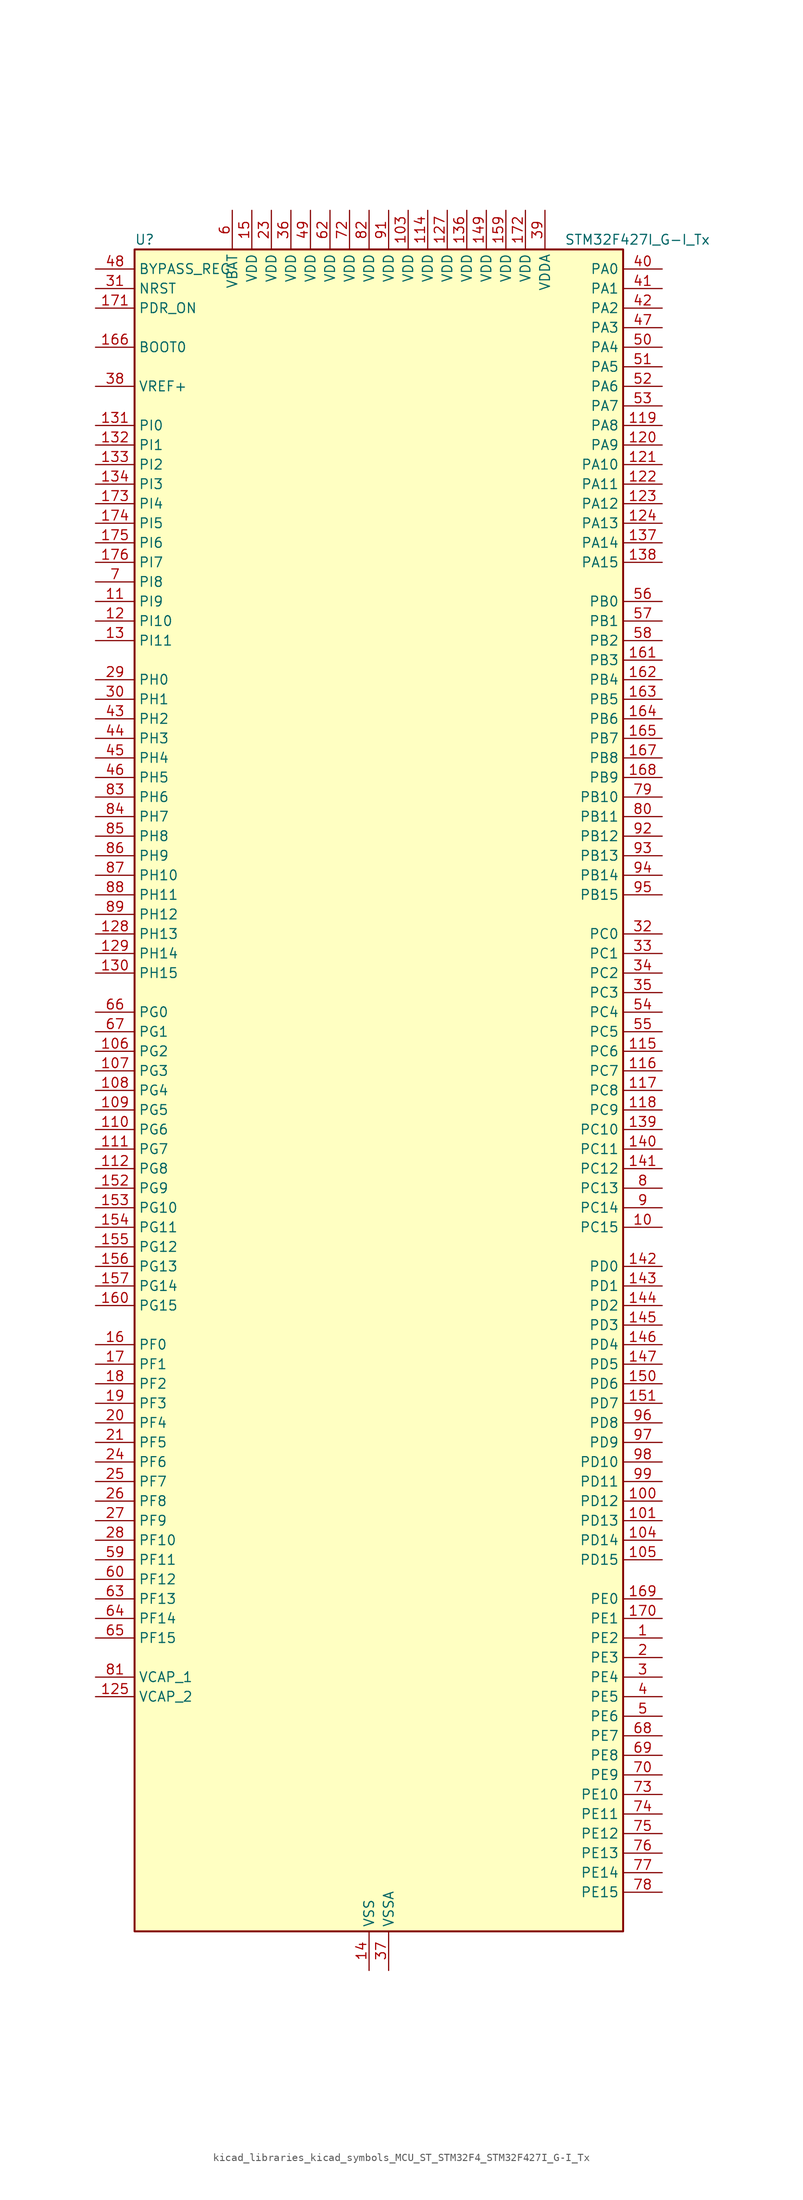
<source format=kicad_sym>
(kicad_symbol_lib
  (version 20220914)
  (generator kicad_symbol_editor)
  (symbol "kicad_libraries_kicad_symbols_MCU_ST_STM32F4_STM32F427I_G-I_Tx"
    (property "Reference" "U"
      (at -30.48 110.49 0)
      (effects (font (size 1.27 1.27)) (justify left)))
    (property "Value" "STM32F427I_G-I_Tx"
      (at 25.4 110.49 0)
      (effects (font (size 1.27 1.27)) (justify left)))
    (property "ki_locked" ""
      (at 0 0 0)
      (effects (font (size 1.27 1.27))))
    (symbol "kicad_libraries_kicad_symbols_MCU_ST_STM32F4_STM32F427I_G-I_Tx_0_1"
      (rectangle (start -30.48 -109.22) (end 33.02 109.22) (stroke (width 0.254) (type default)) (fill (type background))))
    (symbol "kicad_libraries_kicad_symbols_MCU_ST_STM32F4_STM32F427I_G-I_Tx_1_1"
      (pin bidirectional line (at 38.1 -71.12 180) (length 5.08) (name "PE2" (effects (font (size 1.27 1.27)))) (number "1" (effects (font (size 1.27 1.27)))) (alternate "ETH_TXD3" bidirectional line) (alternate "FMC_A23" bidirectional line) (alternate "SAI1_MCLK_A" bidirectional line) (alternate "SPI4_SCK" bidirectional line) (alternate "SYS_TRACECLK" bidirectional line))
      (pin bidirectional line (at 38.1 -17.78 180) (length 5.08) (name "PC15" (effects (font (size 1.27 1.27)))) (number "10" (effects (font (size 1.27 1.27)))) (alternate "ADC1_EXTI15" bidirectional line) (alternate "ADC2_EXTI15" bidirectional line) (alternate "ADC3_EXTI15" bidirectional line) (alternate "RCC_OSC32_OUT" bidirectional line))
      (pin bidirectional line (at 38.1 -53.34 180) (length 5.08) (name "PD12" (effects (font (size 1.27 1.27)))) (number "100" (effects (font (size 1.27 1.27)))) (alternate "FMC_A17" bidirectional line) (alternate "FMC_ALE" bidirectional line) (alternate "TIM4_CH1" bidirectional line) (alternate "USART3_RTS" bidirectional line))
      (pin bidirectional line (at 38.1 -55.88 180) (length 5.08) (name "PD13" (effects (font (size 1.27 1.27)))) (number "101" (effects (font (size 1.27 1.27)))) (alternate "FMC_A18" bidirectional line) (alternate "TIM4_CH2" bidirectional line))
      (pin passive line (at 0 -114.3 90) (length 5.08) hide (name "VSS" (effects (font (size 1.27 1.27)))) (number "102" (effects (font (size 1.27 1.27)))))
      (pin power_in line (at 5.08 114.3 270) (length 5.08) (name "VDD" (effects (font (size 1.27 1.27)))) (number "103" (effects (font (size 1.27 1.27)))))
      (pin bidirectional line (at 38.1 -58.42 180) (length 5.08) (name "PD14" (effects (font (size 1.27 1.27)))) (number "104" (effects (font (size 1.27 1.27)))) (alternate "FMC_D0" bidirectional line) (alternate "FMC_DA0" bidirectional line) (alternate "TIM4_CH3" bidirectional line))
      (pin bidirectional line (at 38.1 -60.96 180) (length 5.08) (name "PD15" (effects (font (size 1.27 1.27)))) (number "105" (effects (font (size 1.27 1.27)))) (alternate "ADC1_EXTI15" bidirectional line) (alternate "ADC2_EXTI15" bidirectional line) (alternate "ADC3_EXTI15" bidirectional line) (alternate "FMC_D1" bidirectional line) (alternate "FMC_DA1" bidirectional line) (alternate "TIM4_CH4" bidirectional line))
      (pin bidirectional line (at -35.56 5.08 0) (length 5.08) (name "PG2" (effects (font (size 1.27 1.27)))) (number "106" (effects (font (size 1.27 1.27)))) (alternate "FMC_A12" bidirectional line))
      (pin bidirectional line (at -35.56 2.54 0) (length 5.08) (name "PG3" (effects (font (size 1.27 1.27)))) (number "107" (effects (font (size 1.27 1.27)))) (alternate "FMC_A13" bidirectional line))
      (pin bidirectional line (at -35.56 0 0) (length 5.08) (name "PG4" (effects (font (size 1.27 1.27)))) (number "108" (effects (font (size 1.27 1.27)))) (alternate "FMC_A14" bidirectional line) (alternate "FMC_BA0" bidirectional line))
      (pin bidirectional line (at -35.56 -2.54 0) (length 5.08) (name "PG5" (effects (font (size 1.27 1.27)))) (number "109" (effects (font (size 1.27 1.27)))) (alternate "FMC_A15" bidirectional line) (alternate "FMC_BA1" bidirectional line))
      (pin bidirectional line (at -35.56 63.5 0) (length 5.08) (name "PI9" (effects (font (size 1.27 1.27)))) (number "11" (effects (font (size 1.27 1.27)))) (alternate "CAN1_RX" bidirectional line) (alternate "DAC_EXTI9" bidirectional line) (alternate "FMC_D30" bidirectional line))
      (pin bidirectional line (at -35.56 -5.08 0) (length 5.08) (name "PG6" (effects (font (size 1.27 1.27)))) (number "110" (effects (font (size 1.27 1.27)))) (alternate "DCMI_D12" bidirectional line) (alternate "FMC_INT2" bidirectional line))
      (pin bidirectional line (at -35.56 -7.62 0) (length 5.08) (name "PG7" (effects (font (size 1.27 1.27)))) (number "111" (effects (font (size 1.27 1.27)))) (alternate "DCMI_D13" bidirectional line) (alternate "FMC_INT3" bidirectional line) (alternate "USART6_CK" bidirectional line))
      (pin bidirectional line (at -35.56 -10.16 0) (length 5.08) (name "PG8" (effects (font (size 1.27 1.27)))) (number "112" (effects (font (size 1.27 1.27)))) (alternate "ETH_PPS_OUT" bidirectional line) (alternate "FMC_SDCLK" bidirectional line) (alternate "SPI6_NSS" bidirectional line) (alternate "USART6_RTS" bidirectional line))
      (pin passive line (at 0 -114.3 90) (length 5.08) hide (name "VSS" (effects (font (size 1.27 1.27)))) (number "113" (effects (font (size 1.27 1.27)))))
      (pin power_in line (at 7.62 114.3 270) (length 5.08) (name "VDD" (effects (font (size 1.27 1.27)))) (number "114" (effects (font (size 1.27 1.27)))))
      (pin bidirectional line (at 38.1 5.08 180) (length 5.08) (name "PC6" (effects (font (size 1.27 1.27)))) (number "115" (effects (font (size 1.27 1.27)))) (alternate "DCMI_D0" bidirectional line) (alternate "I2S2_MCK" bidirectional line) (alternate "SDIO_D6" bidirectional line) (alternate "TIM3_CH1" bidirectional line) (alternate "TIM8_CH1" bidirectional line) (alternate "USART6_TX" bidirectional line))
      (pin bidirectional line (at 38.1 2.54 180) (length 5.08) (name "PC7" (effects (font (size 1.27 1.27)))) (number "116" (effects (font (size 1.27 1.27)))) (alternate "DCMI_D1" bidirectional line) (alternate "I2S3_MCK" bidirectional line) (alternate "SDIO_D7" bidirectional line) (alternate "TIM3_CH2" bidirectional line) (alternate "TIM8_CH2" bidirectional line) (alternate "USART6_RX" bidirectional line))
      (pin bidirectional line (at 38.1 0 180) (length 5.08) (name "PC8" (effects (font (size 1.27 1.27)))) (number "117" (effects (font (size 1.27 1.27)))) (alternate "DCMI_D2" bidirectional line) (alternate "SDIO_D0" bidirectional line) (alternate "TIM3_CH3" bidirectional line) (alternate "TIM8_CH3" bidirectional line) (alternate "USART6_CK" bidirectional line))
      (pin bidirectional line (at 38.1 -2.54 180) (length 5.08) (name "PC9" (effects (font (size 1.27 1.27)))) (number "118" (effects (font (size 1.27 1.27)))) (alternate "DAC_EXTI9" bidirectional line) (alternate "DCMI_D3" bidirectional line) (alternate "I2C3_SDA" bidirectional line) (alternate "I2S_CKIN" bidirectional line) (alternate "RCC_MCO_2" bidirectional line) (alternate "SDIO_D1" bidirectional line) (alternate "TIM3_CH4" bidirectional line) (alternate "TIM8_CH4" bidirectional line))
      (pin bidirectional line (at 38.1 86.36 180) (length 5.08) (name "PA8" (effects (font (size 1.27 1.27)))) (number "119" (effects (font (size 1.27 1.27)))) (alternate "I2C3_SCL" bidirectional line) (alternate "RCC_MCO_1" bidirectional line) (alternate "TIM1_CH1" bidirectional line) (alternate "USART1_CK" bidirectional line) (alternate "USB_OTG_FS_SOF" bidirectional line))
      (pin bidirectional line (at -35.56 60.96 0) (length 5.08) (name "PI10" (effects (font (size 1.27 1.27)))) (number "12" (effects (font (size 1.27 1.27)))) (alternate "ETH_RX_ER" bidirectional line) (alternate "FMC_D31" bidirectional line))
      (pin bidirectional line (at 38.1 83.82 180) (length 5.08) (name "PA9" (effects (font (size 1.27 1.27)))) (number "120" (effects (font (size 1.27 1.27)))) (alternate "DAC_EXTI9" bidirectional line) (alternate "DCMI_D0" bidirectional line) (alternate "I2C3_SMBA" bidirectional line) (alternate "TIM1_CH2" bidirectional line) (alternate "USART1_TX" bidirectional line) (alternate "USB_OTG_FS_VBUS" bidirectional line))
      (pin bidirectional line (at 38.1 81.28 180) (length 5.08) (name "PA10" (effects (font (size 1.27 1.27)))) (number "121" (effects (font (size 1.27 1.27)))) (alternate "DCMI_D1" bidirectional line) (alternate "TIM1_CH3" bidirectional line) (alternate "USART1_RX" bidirectional line) (alternate "USB_OTG_FS_ID" bidirectional line))
      (pin bidirectional line (at 38.1 78.74 180) (length 5.08) (name "PA11" (effects (font (size 1.27 1.27)))) (number "122" (effects (font (size 1.27 1.27)))) (alternate "ADC1_EXTI11" bidirectional line) (alternate "ADC2_EXTI11" bidirectional line) (alternate "ADC3_EXTI11" bidirectional line) (alternate "CAN1_RX" bidirectional line) (alternate "TIM1_CH4" bidirectional line) (alternate "USART1_CTS" bidirectional line) (alternate "USB_OTG_FS_DM" bidirectional line))
      (pin bidirectional line (at 38.1 76.2 180) (length 5.08) (name "PA12" (effects (font (size 1.27 1.27)))) (number "123" (effects (font (size 1.27 1.27)))) (alternate "CAN1_TX" bidirectional line) (alternate "TIM1_ETR" bidirectional line) (alternate "USART1_RTS" bidirectional line) (alternate "USB_OTG_FS_DP" bidirectional line))
      (pin bidirectional line (at 38.1 73.66 180) (length 5.08) (name "PA13" (effects (font (size 1.27 1.27)))) (number "124" (effects (font (size 1.27 1.27)))) (alternate "SYS_JTMS-SWDIO" bidirectional line))
      (pin power_out line (at -35.56 -78.74 0) (length 5.08) (name "VCAP_2" (effects (font (size 1.27 1.27)))) (number "125" (effects (font (size 1.27 1.27)))))
      (pin passive line (at 0 -114.3 90) (length 5.08) hide (name "VSS" (effects (font (size 1.27 1.27)))) (number "126" (effects (font (size 1.27 1.27)))))
      (pin power_in line (at 10.16 114.3 270) (length 5.08) (name "VDD" (effects (font (size 1.27 1.27)))) (number "127" (effects (font (size 1.27 1.27)))))
      (pin bidirectional line (at -35.56 20.32 0) (length 5.08) (name "PH13" (effects (font (size 1.27 1.27)))) (number "128" (effects (font (size 1.27 1.27)))) (alternate "CAN1_TX" bidirectional line) (alternate "FMC_D21" bidirectional line) (alternate "TIM8_CH1N" bidirectional line))
      (pin bidirectional line (at -35.56 17.78 0) (length 5.08) (name "PH14" (effects (font (size 1.27 1.27)))) (number "129" (effects (font (size 1.27 1.27)))) (alternate "DCMI_D4" bidirectional line) (alternate "FMC_D22" bidirectional line) (alternate "TIM8_CH2N" bidirectional line))
      (pin bidirectional line (at -35.56 58.42 0) (length 5.08) (name "PI11" (effects (font (size 1.27 1.27)))) (number "13" (effects (font (size 1.27 1.27)))) (alternate "ADC1_EXTI11" bidirectional line) (alternate "ADC2_EXTI11" bidirectional line) (alternate "ADC3_EXTI11" bidirectional line) (alternate "USB_OTG_HS_ULPI_DIR" bidirectional line))
      (pin bidirectional line (at -35.56 15.24 0) (length 5.08) (name "PH15" (effects (font (size 1.27 1.27)))) (number "130" (effects (font (size 1.27 1.27)))) (alternate "ADC1_EXTI15" bidirectional line) (alternate "ADC2_EXTI15" bidirectional line) (alternate "ADC3_EXTI15" bidirectional line) (alternate "DCMI_D11" bidirectional line) (alternate "FMC_D23" bidirectional line) (alternate "TIM8_CH3N" bidirectional line))
      (pin bidirectional line (at -35.56 86.36 0) (length 5.08) (name "PI0" (effects (font (size 1.27 1.27)))) (number "131" (effects (font (size 1.27 1.27)))) (alternate "DCMI_D13" bidirectional line) (alternate "FMC_D24" bidirectional line) (alternate "I2S2_WS" bidirectional line) (alternate "SPI2_NSS" bidirectional line) (alternate "TIM5_CH4" bidirectional line))
      (pin bidirectional line (at -35.56 83.82 0) (length 5.08) (name "PI1" (effects (font (size 1.27 1.27)))) (number "132" (effects (font (size 1.27 1.27)))) (alternate "DCMI_D8" bidirectional line) (alternate "FMC_D25" bidirectional line) (alternate "I2S2_CK" bidirectional line) (alternate "SPI2_SCK" bidirectional line))
      (pin bidirectional line (at -35.56 81.28 0) (length 5.08) (name "PI2" (effects (font (size 1.27 1.27)))) (number "133" (effects (font (size 1.27 1.27)))) (alternate "DCMI_D9" bidirectional line) (alternate "FMC_D26" bidirectional line) (alternate "I2S2_ext_SD" bidirectional line) (alternate "SPI2_MISO" bidirectional line) (alternate "TIM8_CH4" bidirectional line))
      (pin bidirectional line (at -35.56 78.74 0) (length 5.08) (name "PI3" (effects (font (size 1.27 1.27)))) (number "134" (effects (font (size 1.27 1.27)))) (alternate "DCMI_D10" bidirectional line) (alternate "FMC_D27" bidirectional line) (alternate "I2S2_SD" bidirectional line) (alternate "SPI2_MOSI" bidirectional line) (alternate "TIM8_ETR" bidirectional line))
      (pin passive line (at 0 -114.3 90) (length 5.08) hide (name "VSS" (effects (font (size 1.27 1.27)))) (number "135" (effects (font (size 1.27 1.27)))))
      (pin power_in line (at 12.7 114.3 270) (length 5.08) (name "VDD" (effects (font (size 1.27 1.27)))) (number "136" (effects (font (size 1.27 1.27)))))
      (pin bidirectional line (at 38.1 71.12 180) (length 5.08) (name "PA14" (effects (font (size 1.27 1.27)))) (number "137" (effects (font (size 1.27 1.27)))) (alternate "SYS_JTCK-SWCLK" bidirectional line))
      (pin bidirectional line (at 38.1 68.58 180) (length 5.08) (name "PA15" (effects (font (size 1.27 1.27)))) (number "138" (effects (font (size 1.27 1.27)))) (alternate "ADC1_EXTI15" bidirectional line) (alternate "ADC2_EXTI15" bidirectional line) (alternate "ADC3_EXTI15" bidirectional line) (alternate "I2S3_WS" bidirectional line) (alternate "SPI1_NSS" bidirectional line) (alternate "SPI3_NSS" bidirectional line) (alternate "SYS_JTDI" bidirectional line) (alternate "TIM2_CH1" bidirectional line) (alternate "TIM2_ETR" bidirectional line))
      (pin bidirectional line (at 38.1 -5.08 180) (length 5.08) (name "PC10" (effects (font (size 1.27 1.27)))) (number "139" (effects (font (size 1.27 1.27)))) (alternate "DCMI_D8" bidirectional line) (alternate "I2S3_CK" bidirectional line) (alternate "SDIO_D2" bidirectional line) (alternate "SPI3_SCK" bidirectional line) (alternate "UART4_TX" bidirectional line) (alternate "USART3_TX" bidirectional line))
      (pin power_in line (at 0 -114.3 90) (length 5.08) (name "VSS" (effects (font (size 1.27 1.27)))) (number "14" (effects (font (size 1.27 1.27)))))
      (pin bidirectional line (at 38.1 -7.62 180) (length 5.08) (name "PC11" (effects (font (size 1.27 1.27)))) (number "140" (effects (font (size 1.27 1.27)))) (alternate "ADC1_EXTI11" bidirectional line) (alternate "ADC2_EXTI11" bidirectional line) (alternate "ADC3_EXTI11" bidirectional line) (alternate "DCMI_D4" bidirectional line) (alternate "I2S3_ext_SD" bidirectional line) (alternate "SDIO_D3" bidirectional line) (alternate "SPI3_MISO" bidirectional line) (alternate "UART4_RX" bidirectional line) (alternate "USART3_RX" bidirectional line))
      (pin bidirectional line (at 38.1 -10.16 180) (length 5.08) (name "PC12" (effects (font (size 1.27 1.27)))) (number "141" (effects (font (size 1.27 1.27)))) (alternate "DCMI_D9" bidirectional line) (alternate "I2S3_SD" bidirectional line) (alternate "SDIO_CK" bidirectional line) (alternate "SPI3_MOSI" bidirectional line) (alternate "UART5_TX" bidirectional line) (alternate "USART3_CK" bidirectional line))
      (pin bidirectional line (at 38.1 -22.86 180) (length 5.08) (name "PD0" (effects (font (size 1.27 1.27)))) (number "142" (effects (font (size 1.27 1.27)))) (alternate "CAN1_RX" bidirectional line) (alternate "FMC_D2" bidirectional line) (alternate "FMC_DA2" bidirectional line))
      (pin bidirectional line (at 38.1 -25.4 180) (length 5.08) (name "PD1" (effects (font (size 1.27 1.27)))) (number "143" (effects (font (size 1.27 1.27)))) (alternate "CAN1_TX" bidirectional line) (alternate "FMC_D3" bidirectional line) (alternate "FMC_DA3" bidirectional line))
      (pin bidirectional line (at 38.1 -27.94 180) (length 5.08) (name "PD2" (effects (font (size 1.27 1.27)))) (number "144" (effects (font (size 1.27 1.27)))) (alternate "DCMI_D11" bidirectional line) (alternate "SDIO_CMD" bidirectional line) (alternate "TIM3_ETR" bidirectional line) (alternate "UART5_RX" bidirectional line))
      (pin bidirectional line (at 38.1 -30.48 180) (length 5.08) (name "PD3" (effects (font (size 1.27 1.27)))) (number "145" (effects (font (size 1.27 1.27)))) (alternate "DCMI_D5" bidirectional line) (alternate "FMC_CLK" bidirectional line) (alternate "I2S2_CK" bidirectional line) (alternate "SPI2_SCK" bidirectional line) (alternate "USART2_CTS" bidirectional line))
      (pin bidirectional line (at 38.1 -33.02 180) (length 5.08) (name "PD4" (effects (font (size 1.27 1.27)))) (number "146" (effects (font (size 1.27 1.27)))) (alternate "FMC_NOE" bidirectional line) (alternate "USART2_RTS" bidirectional line))
      (pin bidirectional line (at 38.1 -35.56 180) (length 5.08) (name "PD5" (effects (font (size 1.27 1.27)))) (number "147" (effects (font (size 1.27 1.27)))) (alternate "FMC_NWE" bidirectional line) (alternate "USART2_TX" bidirectional line))
      (pin passive line (at 0 -114.3 90) (length 5.08) hide (name "VSS" (effects (font (size 1.27 1.27)))) (number "148" (effects (font (size 1.27 1.27)))))
      (pin power_in line (at 15.24 114.3 270) (length 5.08) (name "VDD" (effects (font (size 1.27 1.27)))) (number "149" (effects (font (size 1.27 1.27)))))
      (pin power_in line (at -15.24 114.3 270) (length 5.08) (name "VDD" (effects (font (size 1.27 1.27)))) (number "15" (effects (font (size 1.27 1.27)))))
      (pin bidirectional line (at 38.1 -38.1 180) (length 5.08) (name "PD6" (effects (font (size 1.27 1.27)))) (number "150" (effects (font (size 1.27 1.27)))) (alternate "DCMI_D10" bidirectional line) (alternate "FMC_NWAIT" bidirectional line) (alternate "I2S3_SD" bidirectional line) (alternate "SAI1_SD_A" bidirectional line) (alternate "SPI3_MOSI" bidirectional line) (alternate "USART2_RX" bidirectional line))
      (pin bidirectional line (at 38.1 -40.64 180) (length 5.08) (name "PD7" (effects (font (size 1.27 1.27)))) (number "151" (effects (font (size 1.27 1.27)))) (alternate "FMC_NCE2" bidirectional line) (alternate "FMC_NE1" bidirectional line) (alternate "USART2_CK" bidirectional line))
      (pin bidirectional line (at -35.56 -12.7 0) (length 5.08) (name "PG9" (effects (font (size 1.27 1.27)))) (number "152" (effects (font (size 1.27 1.27)))) (alternate "DAC_EXTI9" bidirectional line) (alternate "DCMI_VSYNC" bidirectional line) (alternate "FMC_NCE3" bidirectional line) (alternate "FMC_NE2" bidirectional line) (alternate "USART6_RX" bidirectional line))
      (pin bidirectional line (at -35.56 -15.24 0) (length 5.08) (name "PG10" (effects (font (size 1.27 1.27)))) (number "153" (effects (font (size 1.27 1.27)))) (alternate "DCMI_D2" bidirectional line) (alternate "FMC_NCE4_1" bidirectional line) (alternate "FMC_NE3" bidirectional line))
      (pin bidirectional line (at -35.56 -17.78 0) (length 5.08) (name "PG11" (effects (font (size 1.27 1.27)))) (number "154" (effects (font (size 1.27 1.27)))) (alternate "ADC1_EXTI11" bidirectional line) (alternate "ADC2_EXTI11" bidirectional line) (alternate "ADC3_EXTI11" bidirectional line) (alternate "DCMI_D3" bidirectional line) (alternate "ETH_TX_EN" bidirectional line) (alternate "FMC_NCE4_2" bidirectional line))
      (pin bidirectional line (at -35.56 -20.32 0) (length 5.08) (name "PG12" (effects (font (size 1.27 1.27)))) (number "155" (effects (font (size 1.27 1.27)))) (alternate "FMC_NE4" bidirectional line) (alternate "SPI6_MISO" bidirectional line) (alternate "USART6_RTS" bidirectional line))
      (pin bidirectional line (at -35.56 -22.86 0) (length 5.08) (name "PG13" (effects (font (size 1.27 1.27)))) (number "156" (effects (font (size 1.27 1.27)))) (alternate "ETH_TXD0" bidirectional line) (alternate "FMC_A24" bidirectional line) (alternate "SPI6_SCK" bidirectional line) (alternate "USART6_CTS" bidirectional line))
      (pin bidirectional line (at -35.56 -25.4 0) (length 5.08) (name "PG14" (effects (font (size 1.27 1.27)))) (number "157" (effects (font (size 1.27 1.27)))) (alternate "ETH_TXD1" bidirectional line) (alternate "FMC_A25" bidirectional line) (alternate "SPI6_MOSI" bidirectional line) (alternate "USART6_TX" bidirectional line))
      (pin passive line (at 0 -114.3 90) (length 5.08) hide (name "VSS" (effects (font (size 1.27 1.27)))) (number "158" (effects (font (size 1.27 1.27)))))
      (pin power_in line (at 17.78 114.3 270) (length 5.08) (name "VDD" (effects (font (size 1.27 1.27)))) (number "159" (effects (font (size 1.27 1.27)))))
      (pin bidirectional line (at -35.56 -33.02 0) (length 5.08) (name "PF0" (effects (font (size 1.27 1.27)))) (number "16" (effects (font (size 1.27 1.27)))) (alternate "FMC_A0" bidirectional line) (alternate "I2C2_SDA" bidirectional line))
      (pin bidirectional line (at -35.56 -27.94 0) (length 5.08) (name "PG15" (effects (font (size 1.27 1.27)))) (number "160" (effects (font (size 1.27 1.27)))) (alternate "ADC1_EXTI15" bidirectional line) (alternate "ADC2_EXTI15" bidirectional line) (alternate "ADC3_EXTI15" bidirectional line) (alternate "DCMI_D13" bidirectional line) (alternate "FMC_SDNCAS" bidirectional line) (alternate "USART6_CTS" bidirectional line))
      (pin bidirectional line (at 38.1 55.88 180) (length 5.08) (name "PB3" (effects (font (size 1.27 1.27)))) (number "161" (effects (font (size 1.27 1.27)))) (alternate "I2S3_CK" bidirectional line) (alternate "SPI1_SCK" bidirectional line) (alternate "SPI3_SCK" bidirectional line) (alternate "SYS_JTDO-SWO" bidirectional line) (alternate "TIM2_CH2" bidirectional line))
      (pin bidirectional line (at 38.1 53.34 180) (length 5.08) (name "PB4" (effects (font (size 1.27 1.27)))) (number "162" (effects (font (size 1.27 1.27)))) (alternate "I2S3_ext_SD" bidirectional line) (alternate "SPI1_MISO" bidirectional line) (alternate "SPI3_MISO" bidirectional line) (alternate "SYS_JTRST" bidirectional line) (alternate "TIM3_CH1" bidirectional line))
      (pin bidirectional line (at 38.1 50.8 180) (length 5.08) (name "PB5" (effects (font (size 1.27 1.27)))) (number "163" (effects (font (size 1.27 1.27)))) (alternate "CAN2_RX" bidirectional line) (alternate "DCMI_D10" bidirectional line) (alternate "ETH_PPS_OUT" bidirectional line) (alternate "FMC_SDCKE1" bidirectional line) (alternate "I2C1_SMBA" bidirectional line) (alternate "I2S3_SD" bidirectional line) (alternate "SPI1_MOSI" bidirectional line) (alternate "SPI3_MOSI" bidirectional line) (alternate "TIM3_CH2" bidirectional line) (alternate "USB_OTG_HS_ULPI_D7" bidirectional line))
      (pin bidirectional line (at 38.1 48.26 180) (length 5.08) (name "PB6" (effects (font (size 1.27 1.27)))) (number "164" (effects (font (size 1.27 1.27)))) (alternate "CAN2_TX" bidirectional line) (alternate "DCMI_D5" bidirectional line) (alternate "FMC_SDNE1" bidirectional line) (alternate "I2C1_SCL" bidirectional line) (alternate "TIM4_CH1" bidirectional line) (alternate "USART1_TX" bidirectional line))
      (pin bidirectional line (at 38.1 45.72 180) (length 5.08) (name "PB7" (effects (font (size 1.27 1.27)))) (number "165" (effects (font (size 1.27 1.27)))) (alternate "DCMI_VSYNC" bidirectional line) (alternate "FMC_NL" bidirectional line) (alternate "I2C1_SDA" bidirectional line) (alternate "TIM4_CH2" bidirectional line) (alternate "USART1_RX" bidirectional line))
      (pin input line (at -35.56 96.52 0) (length 5.08) (name "BOOT0" (effects (font (size 1.27 1.27)))) (number "166" (effects (font (size 1.27 1.27)))))
      (pin bidirectional line (at 38.1 43.18 180) (length 5.08) (name "PB8" (effects (font (size 1.27 1.27)))) (number "167" (effects (font (size 1.27 1.27)))) (alternate "CAN1_RX" bidirectional line) (alternate "DCMI_D6" bidirectional line) (alternate "ETH_TXD3" bidirectional line) (alternate "I2C1_SCL" bidirectional line) (alternate "SDIO_D4" bidirectional line) (alternate "TIM10_CH1" bidirectional line) (alternate "TIM4_CH3" bidirectional line))
      (pin bidirectional line (at 38.1 40.64 180) (length 5.08) (name "PB9" (effects (font (size 1.27 1.27)))) (number "168" (effects (font (size 1.27 1.27)))) (alternate "CAN1_TX" bidirectional line) (alternate "DAC_EXTI9" bidirectional line) (alternate "DCMI_D7" bidirectional line) (alternate "I2C1_SDA" bidirectional line) (alternate "I2S2_WS" bidirectional line) (alternate "SDIO_D5" bidirectional line) (alternate "SPI2_NSS" bidirectional line) (alternate "TIM11_CH1" bidirectional line) (alternate "TIM4_CH4" bidirectional line))
      (pin bidirectional line (at 38.1 -66.04 180) (length 5.08) (name "PE0" (effects (font (size 1.27 1.27)))) (number "169" (effects (font (size 1.27 1.27)))) (alternate "DCMI_D2" bidirectional line) (alternate "FMC_NBL0" bidirectional line) (alternate "TIM4_ETR" bidirectional line) (alternate "UART8_RX" bidirectional line))
      (pin bidirectional line (at -35.56 -35.56 0) (length 5.08) (name "PF1" (effects (font (size 1.27 1.27)))) (number "17" (effects (font (size 1.27 1.27)))) (alternate "FMC_A1" bidirectional line) (alternate "I2C2_SCL" bidirectional line))
      (pin bidirectional line (at 38.1 -68.58 180) (length 5.08) (name "PE1" (effects (font (size 1.27 1.27)))) (number "170" (effects (font (size 1.27 1.27)))) (alternate "DCMI_D3" bidirectional line) (alternate "FMC_NBL1" bidirectional line) (alternate "UART8_TX" bidirectional line))
      (pin input line (at -35.56 101.6 0) (length 5.08) (name "PDR_ON" (effects (font (size 1.27 1.27)))) (number "171" (effects (font (size 1.27 1.27)))))
      (pin power_in line (at 20.32 114.3 270) (length 5.08) (name "VDD" (effects (font (size 1.27 1.27)))) (number "172" (effects (font (size 1.27 1.27)))))
      (pin bidirectional line (at -35.56 76.2 0) (length 5.08) (name "PI4" (effects (font (size 1.27 1.27)))) (number "173" (effects (font (size 1.27 1.27)))) (alternate "DCMI_D5" bidirectional line) (alternate "FMC_NBL2" bidirectional line) (alternate "TIM8_BKIN" bidirectional line))
      (pin bidirectional line (at -35.56 73.66 0) (length 5.08) (name "PI5" (effects (font (size 1.27 1.27)))) (number "174" (effects (font (size 1.27 1.27)))) (alternate "DCMI_VSYNC" bidirectional line) (alternate "FMC_NBL3" bidirectional line) (alternate "TIM8_CH1" bidirectional line))
      (pin bidirectional line (at -35.56 71.12 0) (length 5.08) (name "PI6" (effects (font (size 1.27 1.27)))) (number "175" (effects (font (size 1.27 1.27)))) (alternate "DCMI_D6" bidirectional line) (alternate "FMC_D28" bidirectional line) (alternate "TIM8_CH2" bidirectional line))
      (pin bidirectional line (at -35.56 68.58 0) (length 5.08) (name "PI7" (effects (font (size 1.27 1.27)))) (number "176" (effects (font (size 1.27 1.27)))) (alternate "DCMI_D7" bidirectional line) (alternate "FMC_D29" bidirectional line) (alternate "TIM8_CH3" bidirectional line))
      (pin bidirectional line (at -35.56 -38.1 0) (length 5.08) (name "PF2" (effects (font (size 1.27 1.27)))) (number "18" (effects (font (size 1.27 1.27)))) (alternate "FMC_A2" bidirectional line) (alternate "I2C2_SMBA" bidirectional line))
      (pin bidirectional line (at -35.56 -40.64 0) (length 5.08) (name "PF3" (effects (font (size 1.27 1.27)))) (number "19" (effects (font (size 1.27 1.27)))) (alternate "ADC3_IN9" bidirectional line) (alternate "FMC_A3" bidirectional line))
      (pin bidirectional line (at 38.1 -73.66 180) (length 5.08) (name "PE3" (effects (font (size 1.27 1.27)))) (number "2" (effects (font (size 1.27 1.27)))) (alternate "FMC_A19" bidirectional line) (alternate "SAI1_SD_B" bidirectional line) (alternate "SYS_TRACED0" bidirectional line))
      (pin bidirectional line (at -35.56 -43.18 0) (length 5.08) (name "PF4" (effects (font (size 1.27 1.27)))) (number "20" (effects (font (size 1.27 1.27)))) (alternate "ADC3_IN14" bidirectional line) (alternate "FMC_A4" bidirectional line))
      (pin bidirectional line (at -35.56 -45.72 0) (length 5.08) (name "PF5" (effects (font (size 1.27 1.27)))) (number "21" (effects (font (size 1.27 1.27)))) (alternate "ADC3_IN15" bidirectional line) (alternate "FMC_A5" bidirectional line))
      (pin passive line (at 0 -114.3 90) (length 5.08) hide (name "VSS" (effects (font (size 1.27 1.27)))) (number "22" (effects (font (size 1.27 1.27)))))
      (pin power_in line (at -12.7 114.3 270) (length 5.08) (name "VDD" (effects (font (size 1.27 1.27)))) (number "23" (effects (font (size 1.27 1.27)))))
      (pin bidirectional line (at -35.56 -48.26 0) (length 5.08) (name "PF6" (effects (font (size 1.27 1.27)))) (number "24" (effects (font (size 1.27 1.27)))) (alternate "ADC3_IN4" bidirectional line) (alternate "FMC_NIORD" bidirectional line) (alternate "SAI1_SD_B" bidirectional line) (alternate "SPI5_NSS" bidirectional line) (alternate "TIM10_CH1" bidirectional line) (alternate "UART7_RX" bidirectional line))
      (pin bidirectional line (at -35.56 -50.8 0) (length 5.08) (name "PF7" (effects (font (size 1.27 1.27)))) (number "25" (effects (font (size 1.27 1.27)))) (alternate "ADC3_IN5" bidirectional line) (alternate "FMC_NREG" bidirectional line) (alternate "SAI1_MCLK_B" bidirectional line) (alternate "SPI5_SCK" bidirectional line) (alternate "TIM11_CH1" bidirectional line) (alternate "UART7_TX" bidirectional line))
      (pin bidirectional line (at -35.56 -53.34 0) (length 5.08) (name "PF8" (effects (font (size 1.27 1.27)))) (number "26" (effects (font (size 1.27 1.27)))) (alternate "ADC3_IN6" bidirectional line) (alternate "FMC_NIOWR" bidirectional line) (alternate "SAI1_SCK_B" bidirectional line) (alternate "SPI5_MISO" bidirectional line) (alternate "TIM13_CH1" bidirectional line))
      (pin bidirectional line (at -35.56 -55.88 0) (length 5.08) (name "PF9" (effects (font (size 1.27 1.27)))) (number "27" (effects (font (size 1.27 1.27)))) (alternate "ADC3_IN7" bidirectional line) (alternate "DAC_EXTI9" bidirectional line) (alternate "FMC_CD" bidirectional line) (alternate "SAI1_FS_B" bidirectional line) (alternate "SPI5_MOSI" bidirectional line) (alternate "TIM14_CH1" bidirectional line))
      (pin bidirectional line (at -35.56 -58.42 0) (length 5.08) (name "PF10" (effects (font (size 1.27 1.27)))) (number "28" (effects (font (size 1.27 1.27)))) (alternate "ADC3_IN8" bidirectional line) (alternate "DCMI_D11" bidirectional line) (alternate "FMC_INTR" bidirectional line))
      (pin bidirectional line (at -35.56 53.34 0) (length 5.08) (name "PH0" (effects (font (size 1.27 1.27)))) (number "29" (effects (font (size 1.27 1.27)))) (alternate "RCC_OSC_IN" bidirectional line))
      (pin bidirectional line (at 38.1 -76.2 180) (length 5.08) (name "PE4" (effects (font (size 1.27 1.27)))) (number "3" (effects (font (size 1.27 1.27)))) (alternate "DCMI_D4" bidirectional line) (alternate "FMC_A20" bidirectional line) (alternate "SAI1_FS_A" bidirectional line) (alternate "SPI4_NSS" bidirectional line) (alternate "SYS_TRACED1" bidirectional line))
      (pin bidirectional line (at -35.56 50.8 0) (length 5.08) (name "PH1" (effects (font (size 1.27 1.27)))) (number "30" (effects (font (size 1.27 1.27)))) (alternate "RCC_OSC_OUT" bidirectional line))
      (pin input line (at -35.56 104.14 0) (length 5.08) (name "NRST" (effects (font (size 1.27 1.27)))) (number "31" (effects (font (size 1.27 1.27)))))
      (pin bidirectional line (at 38.1 20.32 180) (length 5.08) (name "PC0" (effects (font (size 1.27 1.27)))) (number "32" (effects (font (size 1.27 1.27)))) (alternate "ADC1_IN10" bidirectional line) (alternate "ADC2_IN10" bidirectional line) (alternate "ADC3_IN10" bidirectional line) (alternate "FMC_SDNWE" bidirectional line) (alternate "USB_OTG_HS_ULPI_STP" bidirectional line))
      (pin bidirectional line (at 38.1 17.78 180) (length 5.08) (name "PC1" (effects (font (size 1.27 1.27)))) (number "33" (effects (font (size 1.27 1.27)))) (alternate "ADC1_IN11" bidirectional line) (alternate "ADC2_IN11" bidirectional line) (alternate "ADC3_IN11" bidirectional line) (alternate "ETH_MDC" bidirectional line))
      (pin bidirectional line (at 38.1 15.24 180) (length 5.08) (name "PC2" (effects (font (size 1.27 1.27)))) (number "34" (effects (font (size 1.27 1.27)))) (alternate "ADC1_IN12" bidirectional line) (alternate "ADC2_IN12" bidirectional line) (alternate "ADC3_IN12" bidirectional line) (alternate "ETH_TXD2" bidirectional line) (alternate "FMC_SDNE0" bidirectional line) (alternate "I2S2_ext_SD" bidirectional line) (alternate "SPI2_MISO" bidirectional line) (alternate "USB_OTG_HS_ULPI_DIR" bidirectional line))
      (pin bidirectional line (at 38.1 12.7 180) (length 5.08) (name "PC3" (effects (font (size 1.27 1.27)))) (number "35" (effects (font (size 1.27 1.27)))) (alternate "ADC1_IN13" bidirectional line) (alternate "ADC2_IN13" bidirectional line) (alternate "ADC3_IN13" bidirectional line) (alternate "ETH_TX_CLK" bidirectional line) (alternate "FMC_SDCKE0" bidirectional line) (alternate "I2S2_SD" bidirectional line) (alternate "SPI2_MOSI" bidirectional line) (alternate "USB_OTG_HS_ULPI_NXT" bidirectional line))
      (pin power_in line (at -10.16 114.3 270) (length 5.08) (name "VDD" (effects (font (size 1.27 1.27)))) (number "36" (effects (font (size 1.27 1.27)))))
      (pin power_in line (at 2.54 -114.3 90) (length 5.08) (name "VSSA" (effects (font (size 1.27 1.27)))) (number "37" (effects (font (size 1.27 1.27)))))
      (pin input line (at -35.56 91.44 0) (length 5.08) (name "VREF+" (effects (font (size 1.27 1.27)))) (number "38" (effects (font (size 1.27 1.27)))))
      (pin power_in line (at 22.86 114.3 270) (length 5.08) (name "VDDA" (effects (font (size 1.27 1.27)))) (number "39" (effects (font (size 1.27 1.27)))))
      (pin bidirectional line (at 38.1 -78.74 180) (length 5.08) (name "PE5" (effects (font (size 1.27 1.27)))) (number "4" (effects (font (size 1.27 1.27)))) (alternate "DCMI_D6" bidirectional line) (alternate "FMC_A21" bidirectional line) (alternate "SAI1_SCK_A" bidirectional line) (alternate "SPI4_MISO" bidirectional line) (alternate "SYS_TRACED2" bidirectional line) (alternate "TIM9_CH1" bidirectional line))
      (pin bidirectional line (at 38.1 106.68 180) (length 5.08) (name "PA0" (effects (font (size 1.27 1.27)))) (number "40" (effects (font (size 1.27 1.27)))) (alternate "ADC1_IN0" bidirectional line) (alternate "ADC2_IN0" bidirectional line) (alternate "ADC3_IN0" bidirectional line) (alternate "ETH_CRS" bidirectional line) (alternate "SYS_WKUP" bidirectional line) (alternate "TIM2_CH1" bidirectional line) (alternate "TIM2_ETR" bidirectional line) (alternate "TIM5_CH1" bidirectional line) (alternate "TIM8_ETR" bidirectional line) (alternate "UART4_TX" bidirectional line) (alternate "USART2_CTS" bidirectional line))
      (pin bidirectional line (at 38.1 104.14 180) (length 5.08) (name "PA1" (effects (font (size 1.27 1.27)))) (number "41" (effects (font (size 1.27 1.27)))) (alternate "ADC1_IN1" bidirectional line) (alternate "ADC2_IN1" bidirectional line) (alternate "ADC3_IN1" bidirectional line) (alternate "ETH_REF_CLK" bidirectional line) (alternate "ETH_RX_CLK" bidirectional line) (alternate "TIM2_CH2" bidirectional line) (alternate "TIM5_CH2" bidirectional line) (alternate "UART4_RX" bidirectional line) (alternate "USART2_RTS" bidirectional line))
      (pin bidirectional line (at 38.1 101.6 180) (length 5.08) (name "PA2" (effects (font (size 1.27 1.27)))) (number "42" (effects (font (size 1.27 1.27)))) (alternate "ADC1_IN2" bidirectional line) (alternate "ADC2_IN2" bidirectional line) (alternate "ADC3_IN2" bidirectional line) (alternate "ETH_MDIO" bidirectional line) (alternate "TIM2_CH3" bidirectional line) (alternate "TIM5_CH3" bidirectional line) (alternate "TIM9_CH1" bidirectional line) (alternate "USART2_TX" bidirectional line))
      (pin bidirectional line (at -35.56 48.26 0) (length 5.08) (name "PH2" (effects (font (size 1.27 1.27)))) (number "43" (effects (font (size 1.27 1.27)))) (alternate "ETH_CRS" bidirectional line) (alternate "FMC_SDCKE0" bidirectional line))
      (pin bidirectional line (at -35.56 45.72 0) (length 5.08) (name "PH3" (effects (font (size 1.27 1.27)))) (number "44" (effects (font (size 1.27 1.27)))) (alternate "ETH_COL" bidirectional line) (alternate "FMC_SDNE0" bidirectional line))
      (pin bidirectional line (at -35.56 43.18 0) (length 5.08) (name "PH4" (effects (font (size 1.27 1.27)))) (number "45" (effects (font (size 1.27 1.27)))) (alternate "I2C2_SCL" bidirectional line) (alternate "USB_OTG_HS_ULPI_NXT" bidirectional line))
      (pin bidirectional line (at -35.56 40.64 0) (length 5.08) (name "PH5" (effects (font (size 1.27 1.27)))) (number "46" (effects (font (size 1.27 1.27)))) (alternate "FMC_SDNWE" bidirectional line) (alternate "I2C2_SDA" bidirectional line) (alternate "SPI5_NSS" bidirectional line))
      (pin bidirectional line (at 38.1 99.06 180) (length 5.08) (name "PA3" (effects (font (size 1.27 1.27)))) (number "47" (effects (font (size 1.27 1.27)))) (alternate "ADC1_IN3" bidirectional line) (alternate "ADC2_IN3" bidirectional line) (alternate "ADC3_IN3" bidirectional line) (alternate "ETH_COL" bidirectional line) (alternate "TIM2_CH4" bidirectional line) (alternate "TIM5_CH4" bidirectional line) (alternate "TIM9_CH2" bidirectional line) (alternate "USART2_RX" bidirectional line) (alternate "USB_OTG_HS_ULPI_D0" bidirectional line))
      (pin input line (at -35.56 106.68 0) (length 5.08) (name "BYPASS_REG" (effects (font (size 1.27 1.27)))) (number "48" (effects (font (size 1.27 1.27)))))
      (pin power_in line (at -7.62 114.3 270) (length 5.08) (name "VDD" (effects (font (size 1.27 1.27)))) (number "49" (effects (font (size 1.27 1.27)))))
      (pin bidirectional line (at 38.1 -81.28 180) (length 5.08) (name "PE6" (effects (font (size 1.27 1.27)))) (number "5" (effects (font (size 1.27 1.27)))) (alternate "DCMI_D7" bidirectional line) (alternate "FMC_A22" bidirectional line) (alternate "SAI1_SD_A" bidirectional line) (alternate "SPI4_MOSI" bidirectional line) (alternate "SYS_TRACED3" bidirectional line) (alternate "TIM9_CH2" bidirectional line))
      (pin bidirectional line (at 38.1 96.52 180) (length 5.08) (name "PA4" (effects (font (size 1.27 1.27)))) (number "50" (effects (font (size 1.27 1.27)))) (alternate "ADC1_IN4" bidirectional line) (alternate "ADC2_IN4" bidirectional line) (alternate "DAC_OUT1" bidirectional line) (alternate "DCMI_HSYNC" bidirectional line) (alternate "I2S3_WS" bidirectional line) (alternate "SPI1_NSS" bidirectional line) (alternate "SPI3_NSS" bidirectional line) (alternate "USART2_CK" bidirectional line) (alternate "USB_OTG_HS_SOF" bidirectional line))
      (pin bidirectional line (at 38.1 93.98 180) (length 5.08) (name "PA5" (effects (font (size 1.27 1.27)))) (number "51" (effects (font (size 1.27 1.27)))) (alternate "ADC1_IN5" bidirectional line) (alternate "ADC2_IN5" bidirectional line) (alternate "DAC_OUT2" bidirectional line) (alternate "SPI1_SCK" bidirectional line) (alternate "TIM2_CH1" bidirectional line) (alternate "TIM2_ETR" bidirectional line) (alternate "TIM8_CH1N" bidirectional line) (alternate "USB_OTG_HS_ULPI_CK" bidirectional line))
      (pin bidirectional line (at 38.1 91.44 180) (length 5.08) (name "PA6" (effects (font (size 1.27 1.27)))) (number "52" (effects (font (size 1.27 1.27)))) (alternate "ADC1_IN6" bidirectional line) (alternate "ADC2_IN6" bidirectional line) (alternate "DCMI_PIXCLK" bidirectional line) (alternate "SPI1_MISO" bidirectional line) (alternate "TIM13_CH1" bidirectional line) (alternate "TIM1_BKIN" bidirectional line) (alternate "TIM3_CH1" bidirectional line) (alternate "TIM8_BKIN" bidirectional line))
      (pin bidirectional line (at 38.1 88.9 180) (length 5.08) (name "PA7" (effects (font (size 1.27 1.27)))) (number "53" (effects (font (size 1.27 1.27)))) (alternate "ADC1_IN7" bidirectional line) (alternate "ADC2_IN7" bidirectional line) (alternate "ETH_CRS_DV" bidirectional line) (alternate "ETH_RX_DV" bidirectional line) (alternate "SPI1_MOSI" bidirectional line) (alternate "TIM14_CH1" bidirectional line) (alternate "TIM1_CH1N" bidirectional line) (alternate "TIM3_CH2" bidirectional line) (alternate "TIM8_CH1N" bidirectional line))
      (pin bidirectional line (at 38.1 10.16 180) (length 5.08) (name "PC4" (effects (font (size 1.27 1.27)))) (number "54" (effects (font (size 1.27 1.27)))) (alternate "ADC1_IN14" bidirectional line) (alternate "ADC2_IN14" bidirectional line) (alternate "ETH_RXD0" bidirectional line))
      (pin bidirectional line (at 38.1 7.62 180) (length 5.08) (name "PC5" (effects (font (size 1.27 1.27)))) (number "55" (effects (font (size 1.27 1.27)))) (alternate "ADC1_IN15" bidirectional line) (alternate "ADC2_IN15" bidirectional line) (alternate "ETH_RXD1" bidirectional line))
      (pin bidirectional line (at 38.1 63.5 180) (length 5.08) (name "PB0" (effects (font (size 1.27 1.27)))) (number "56" (effects (font (size 1.27 1.27)))) (alternate "ADC1_IN8" bidirectional line) (alternate "ADC2_IN8" bidirectional line) (alternate "ETH_RXD2" bidirectional line) (alternate "TIM1_CH2N" bidirectional line) (alternate "TIM3_CH3" bidirectional line) (alternate "TIM8_CH2N" bidirectional line) (alternate "USB_OTG_HS_ULPI_D1" bidirectional line))
      (pin bidirectional line (at 38.1 60.96 180) (length 5.08) (name "PB1" (effects (font (size 1.27 1.27)))) (number "57" (effects (font (size 1.27 1.27)))) (alternate "ADC1_IN9" bidirectional line) (alternate "ADC2_IN9" bidirectional line) (alternate "ETH_RXD3" bidirectional line) (alternate "TIM1_CH3N" bidirectional line) (alternate "TIM3_CH4" bidirectional line) (alternate "TIM8_CH3N" bidirectional line) (alternate "USB_OTG_HS_ULPI_D2" bidirectional line))
      (pin bidirectional line (at 38.1 58.42 180) (length 5.08) (name "PB2" (effects (font (size 1.27 1.27)))) (number "58" (effects (font (size 1.27 1.27)))))
      (pin bidirectional line (at -35.56 -60.96 0) (length 5.08) (name "PF11" (effects (font (size 1.27 1.27)))) (number "59" (effects (font (size 1.27 1.27)))) (alternate "ADC1_EXTI11" bidirectional line) (alternate "ADC2_EXTI11" bidirectional line) (alternate "ADC3_EXTI11" bidirectional line) (alternate "DCMI_D12" bidirectional line) (alternate "FMC_SDNRAS" bidirectional line) (alternate "SPI5_MOSI" bidirectional line))
      (pin power_in line (at -17.78 114.3 270) (length 5.08) (name "VBAT" (effects (font (size 1.27 1.27)))) (number "6" (effects (font (size 1.27 1.27)))))
      (pin bidirectional line (at -35.56 -63.5 0) (length 5.08) (name "PF12" (effects (font (size 1.27 1.27)))) (number "60" (effects (font (size 1.27 1.27)))) (alternate "FMC_A6" bidirectional line))
      (pin passive line (at 0 -114.3 90) (length 5.08) hide (name "VSS" (effects (font (size 1.27 1.27)))) (number "61" (effects (font (size 1.27 1.27)))))
      (pin power_in line (at -5.08 114.3 270) (length 5.08) (name "VDD" (effects (font (size 1.27 1.27)))) (number "62" (effects (font (size 1.27 1.27)))))
      (pin bidirectional line (at -35.56 -66.04 0) (length 5.08) (name "PF13" (effects (font (size 1.27 1.27)))) (number "63" (effects (font (size 1.27 1.27)))) (alternate "FMC_A7" bidirectional line))
      (pin bidirectional line (at -35.56 -68.58 0) (length 5.08) (name "PF14" (effects (font (size 1.27 1.27)))) (number "64" (effects (font (size 1.27 1.27)))) (alternate "FMC_A8" bidirectional line))
      (pin bidirectional line (at -35.56 -71.12 0) (length 5.08) (name "PF15" (effects (font (size 1.27 1.27)))) (number "65" (effects (font (size 1.27 1.27)))) (alternate "ADC1_EXTI15" bidirectional line) (alternate "ADC2_EXTI15" bidirectional line) (alternate "ADC3_EXTI15" bidirectional line) (alternate "FMC_A9" bidirectional line))
      (pin bidirectional line (at -35.56 10.16 0) (length 5.08) (name "PG0" (effects (font (size 1.27 1.27)))) (number "66" (effects (font (size 1.27 1.27)))) (alternate "FMC_A10" bidirectional line))
      (pin bidirectional line (at -35.56 7.62 0) (length 5.08) (name "PG1" (effects (font (size 1.27 1.27)))) (number "67" (effects (font (size 1.27 1.27)))) (alternate "FMC_A11" bidirectional line))
      (pin bidirectional line (at 38.1 -83.82 180) (length 5.08) (name "PE7" (effects (font (size 1.27 1.27)))) (number "68" (effects (font (size 1.27 1.27)))) (alternate "FMC_D4" bidirectional line) (alternate "FMC_DA4" bidirectional line) (alternate "TIM1_ETR" bidirectional line) (alternate "UART7_RX" bidirectional line))
      (pin bidirectional line (at 38.1 -86.36 180) (length 5.08) (name "PE8" (effects (font (size 1.27 1.27)))) (number "69" (effects (font (size 1.27 1.27)))) (alternate "FMC_D5" bidirectional line) (alternate "FMC_DA5" bidirectional line) (alternate "TIM1_CH1N" bidirectional line) (alternate "UART7_TX" bidirectional line))
      (pin bidirectional line (at -35.56 66.04 0) (length 5.08) (name "PI8" (effects (font (size 1.27 1.27)))) (number "7" (effects (font (size 1.27 1.27)))) (alternate "RTC_AF2" bidirectional line))
      (pin bidirectional line (at 38.1 -88.9 180) (length 5.08) (name "PE9" (effects (font (size 1.27 1.27)))) (number "70" (effects (font (size 1.27 1.27)))) (alternate "DAC_EXTI9" bidirectional line) (alternate "FMC_D6" bidirectional line) (alternate "FMC_DA6" bidirectional line) (alternate "TIM1_CH1" bidirectional line))
      (pin passive line (at 0 -114.3 90) (length 5.08) hide (name "VSS" (effects (font (size 1.27 1.27)))) (number "71" (effects (font (size 1.27 1.27)))))
      (pin power_in line (at -2.54 114.3 270) (length 5.08) (name "VDD" (effects (font (size 1.27 1.27)))) (number "72" (effects (font (size 1.27 1.27)))))
      (pin bidirectional line (at 38.1 -91.44 180) (length 5.08) (name "PE10" (effects (font (size 1.27 1.27)))) (number "73" (effects (font (size 1.27 1.27)))) (alternate "FMC_D7" bidirectional line) (alternate "FMC_DA7" bidirectional line) (alternate "TIM1_CH2N" bidirectional line))
      (pin bidirectional line (at 38.1 -93.98 180) (length 5.08) (name "PE11" (effects (font (size 1.27 1.27)))) (number "74" (effects (font (size 1.27 1.27)))) (alternate "ADC1_EXTI11" bidirectional line) (alternate "ADC2_EXTI11" bidirectional line) (alternate "ADC3_EXTI11" bidirectional line) (alternate "FMC_D8" bidirectional line) (alternate "FMC_DA8" bidirectional line) (alternate "SPI4_NSS" bidirectional line) (alternate "TIM1_CH2" bidirectional line))
      (pin bidirectional line (at 38.1 -96.52 180) (length 5.08) (name "PE12" (effects (font (size 1.27 1.27)))) (number "75" (effects (font (size 1.27 1.27)))) (alternate "FMC_D9" bidirectional line) (alternate "FMC_DA9" bidirectional line) (alternate "SPI4_SCK" bidirectional line) (alternate "TIM1_CH3N" bidirectional line))
      (pin bidirectional line (at 38.1 -99.06 180) (length 5.08) (name "PE13" (effects (font (size 1.27 1.27)))) (number "76" (effects (font (size 1.27 1.27)))) (alternate "FMC_D10" bidirectional line) (alternate "FMC_DA10" bidirectional line) (alternate "SPI4_MISO" bidirectional line) (alternate "TIM1_CH3" bidirectional line))
      (pin bidirectional line (at 38.1 -101.6 180) (length 5.08) (name "PE14" (effects (font (size 1.27 1.27)))) (number "77" (effects (font (size 1.27 1.27)))) (alternate "FMC_D11" bidirectional line) (alternate "FMC_DA11" bidirectional line) (alternate "SPI4_MOSI" bidirectional line) (alternate "TIM1_CH4" bidirectional line))
      (pin bidirectional line (at 38.1 -104.14 180) (length 5.08) (name "PE15" (effects (font (size 1.27 1.27)))) (number "78" (effects (font (size 1.27 1.27)))) (alternate "ADC1_EXTI15" bidirectional line) (alternate "ADC2_EXTI15" bidirectional line) (alternate "ADC3_EXTI15" bidirectional line) (alternate "FMC_D12" bidirectional line) (alternate "FMC_DA12" bidirectional line) (alternate "TIM1_BKIN" bidirectional line))
      (pin bidirectional line (at 38.1 38.1 180) (length 5.08) (name "PB10" (effects (font (size 1.27 1.27)))) (number "79" (effects (font (size 1.27 1.27)))) (alternate "ETH_RX_ER" bidirectional line) (alternate "I2C2_SCL" bidirectional line) (alternate "I2S2_CK" bidirectional line) (alternate "SPI2_SCK" bidirectional line) (alternate "TIM2_CH3" bidirectional line) (alternate "USART3_TX" bidirectional line) (alternate "USB_OTG_HS_ULPI_D3" bidirectional line))
      (pin bidirectional line (at 38.1 -12.7 180) (length 5.08) (name "PC13" (effects (font (size 1.27 1.27)))) (number "8" (effects (font (size 1.27 1.27)))) (alternate "RTC_AF1" bidirectional line))
      (pin bidirectional line (at 38.1 35.56 180) (length 5.08) (name "PB11" (effects (font (size 1.27 1.27)))) (number "80" (effects (font (size 1.27 1.27)))) (alternate "ADC1_EXTI11" bidirectional line) (alternate "ADC2_EXTI11" bidirectional line) (alternate "ADC3_EXTI11" bidirectional line) (alternate "ETH_TX_EN" bidirectional line) (alternate "I2C2_SDA" bidirectional line) (alternate "TIM2_CH4" bidirectional line) (alternate "USART3_RX" bidirectional line) (alternate "USB_OTG_HS_ULPI_D4" bidirectional line))
      (pin power_out line (at -35.56 -76.2 0) (length 5.08) (name "VCAP_1" (effects (font (size 1.27 1.27)))) (number "81" (effects (font (size 1.27 1.27)))))
      (pin power_in line (at 0 114.3 270) (length 5.08) (name "VDD" (effects (font (size 1.27 1.27)))) (number "82" (effects (font (size 1.27 1.27)))))
      (pin bidirectional line (at -35.56 38.1 0) (length 5.08) (name "PH6" (effects (font (size 1.27 1.27)))) (number "83" (effects (font (size 1.27 1.27)))) (alternate "DCMI_D8" bidirectional line) (alternate "ETH_RXD2" bidirectional line) (alternate "FMC_SDNE1" bidirectional line) (alternate "I2C2_SMBA" bidirectional line) (alternate "SPI5_SCK" bidirectional line) (alternate "TIM12_CH1" bidirectional line))
      (pin bidirectional line (at -35.56 35.56 0) (length 5.08) (name "PH7" (effects (font (size 1.27 1.27)))) (number "84" (effects (font (size 1.27 1.27)))) (alternate "DCMI_D9" bidirectional line) (alternate "ETH_RXD3" bidirectional line) (alternate "FMC_SDCKE1" bidirectional line) (alternate "I2C3_SCL" bidirectional line) (alternate "SPI5_MISO" bidirectional line))
      (pin bidirectional line (at -35.56 33.02 0) (length 5.08) (name "PH8" (effects (font (size 1.27 1.27)))) (number "85" (effects (font (size 1.27 1.27)))) (alternate "DCMI_HSYNC" bidirectional line) (alternate "FMC_D16" bidirectional line) (alternate "I2C3_SDA" bidirectional line))
      (pin bidirectional line (at -35.56 30.48 0) (length 5.08) (name "PH9" (effects (font (size 1.27 1.27)))) (number "86" (effects (font (size 1.27 1.27)))) (alternate "DAC_EXTI9" bidirectional line) (alternate "DCMI_D0" bidirectional line) (alternate "FMC_D17" bidirectional line) (alternate "I2C3_SMBA" bidirectional line) (alternate "TIM12_CH2" bidirectional line))
      (pin bidirectional line (at -35.56 27.94 0) (length 5.08) (name "PH10" (effects (font (size 1.27 1.27)))) (number "87" (effects (font (size 1.27 1.27)))) (alternate "DCMI_D1" bidirectional line) (alternate "FMC_D18" bidirectional line) (alternate "TIM5_CH1" bidirectional line))
      (pin bidirectional line (at -35.56 25.4 0) (length 5.08) (name "PH11" (effects (font (size 1.27 1.27)))) (number "88" (effects (font (size 1.27 1.27)))) (alternate "ADC1_EXTI11" bidirectional line) (alternate "ADC2_EXTI11" bidirectional line) (alternate "ADC3_EXTI11" bidirectional line) (alternate "DCMI_D2" bidirectional line) (alternate "FMC_D19" bidirectional line) (alternate "TIM5_CH2" bidirectional line))
      (pin bidirectional line (at -35.56 22.86 0) (length 5.08) (name "PH12" (effects (font (size 1.27 1.27)))) (number "89" (effects (font (size 1.27 1.27)))) (alternate "DCMI_D3" bidirectional line) (alternate "FMC_D20" bidirectional line) (alternate "TIM5_CH3" bidirectional line))
      (pin bidirectional line (at 38.1 -15.24 180) (length 5.08) (name "PC14" (effects (font (size 1.27 1.27)))) (number "9" (effects (font (size 1.27 1.27)))) (alternate "RCC_OSC32_IN" bidirectional line))
      (pin passive line (at 0 -114.3 90) (length 5.08) hide (name "VSS" (effects (font (size 1.27 1.27)))) (number "90" (effects (font (size 1.27 1.27)))))
      (pin power_in line (at 2.54 114.3 270) (length 5.08) (name "VDD" (effects (font (size 1.27 1.27)))) (number "91" (effects (font (size 1.27 1.27)))))
      (pin bidirectional line (at 38.1 33.02 180) (length 5.08) (name "PB12" (effects (font (size 1.27 1.27)))) (number "92" (effects (font (size 1.27 1.27)))) (alternate "CAN2_RX" bidirectional line) (alternate "ETH_TXD0" bidirectional line) (alternate "I2C2_SMBA" bidirectional line) (alternate "I2S2_WS" bidirectional line) (alternate "SPI2_NSS" bidirectional line) (alternate "TIM1_BKIN" bidirectional line) (alternate "USART3_CK" bidirectional line) (alternate "USB_OTG_HS_ID" bidirectional line) (alternate "USB_OTG_HS_ULPI_D5" bidirectional line))
      (pin bidirectional line (at 38.1 30.48 180) (length 5.08) (name "PB13" (effects (font (size 1.27 1.27)))) (number "93" (effects (font (size 1.27 1.27)))) (alternate "CAN2_TX" bidirectional line) (alternate "ETH_TXD1" bidirectional line) (alternate "I2S2_CK" bidirectional line) (alternate "SPI2_SCK" bidirectional line) (alternate "TIM1_CH1N" bidirectional line) (alternate "USART3_CTS" bidirectional line) (alternate "USB_OTG_HS_ULPI_D6" bidirectional line) (alternate "USB_OTG_HS_VBUS" bidirectional line))
      (pin bidirectional line (at 38.1 27.94 180) (length 5.08) (name "PB14" (effects (font (size 1.27 1.27)))) (number "94" (effects (font (size 1.27 1.27)))) (alternate "I2S2_ext_SD" bidirectional line) (alternate "SPI2_MISO" bidirectional line) (alternate "TIM12_CH1" bidirectional line) (alternate "TIM1_CH2N" bidirectional line) (alternate "TIM8_CH2N" bidirectional line) (alternate "USART3_RTS" bidirectional line) (alternate "USB_OTG_HS_DM" bidirectional line))
      (pin bidirectional line (at 38.1 25.4 180) (length 5.08) (name "PB15" (effects (font (size 1.27 1.27)))) (number "95" (effects (font (size 1.27 1.27)))) (alternate "ADC1_EXTI15" bidirectional line) (alternate "ADC2_EXTI15" bidirectional line) (alternate "ADC3_EXTI15" bidirectional line) (alternate "I2S2_SD" bidirectional line) (alternate "RTC_REFIN" bidirectional line) (alternate "SPI2_MOSI" bidirectional line) (alternate "TIM12_CH2" bidirectional line) (alternate "TIM1_CH3N" bidirectional line) (alternate "TIM8_CH3N" bidirectional line) (alternate "USB_OTG_HS_DP" bidirectional line))
      (pin bidirectional line (at 38.1 -43.18 180) (length 5.08) (name "PD8" (effects (font (size 1.27 1.27)))) (number "96" (effects (font (size 1.27 1.27)))) (alternate "FMC_D13" bidirectional line) (alternate "FMC_DA13" bidirectional line) (alternate "USART3_TX" bidirectional line))
      (pin bidirectional line (at 38.1 -45.72 180) (length 5.08) (name "PD9" (effects (font (size 1.27 1.27)))) (number "97" (effects (font (size 1.27 1.27)))) (alternate "DAC_EXTI9" bidirectional line) (alternate "FMC_D14" bidirectional line) (alternate "FMC_DA14" bidirectional line) (alternate "USART3_RX" bidirectional line))
      (pin bidirectional line (at 38.1 -48.26 180) (length 5.08) (name "PD10" (effects (font (size 1.27 1.27)))) (number "98" (effects (font (size 1.27 1.27)))) (alternate "FMC_D15" bidirectional line) (alternate "FMC_DA15" bidirectional line) (alternate "USART3_CK" bidirectional line))
      (pin bidirectional line (at 38.1 -50.8 180) (length 5.08) (name "PD11" (effects (font (size 1.27 1.27)))) (number "99" (effects (font (size 1.27 1.27)))) (alternate "ADC1_EXTI11" bidirectional line) (alternate "ADC2_EXTI11" bidirectional line) (alternate "ADC3_EXTI11" bidirectional line) (alternate "FMC_A16" bidirectional line) (alternate "FMC_CLE" bidirectional line) (alternate "USART3_CTS" bidirectional line)))))
</source>
